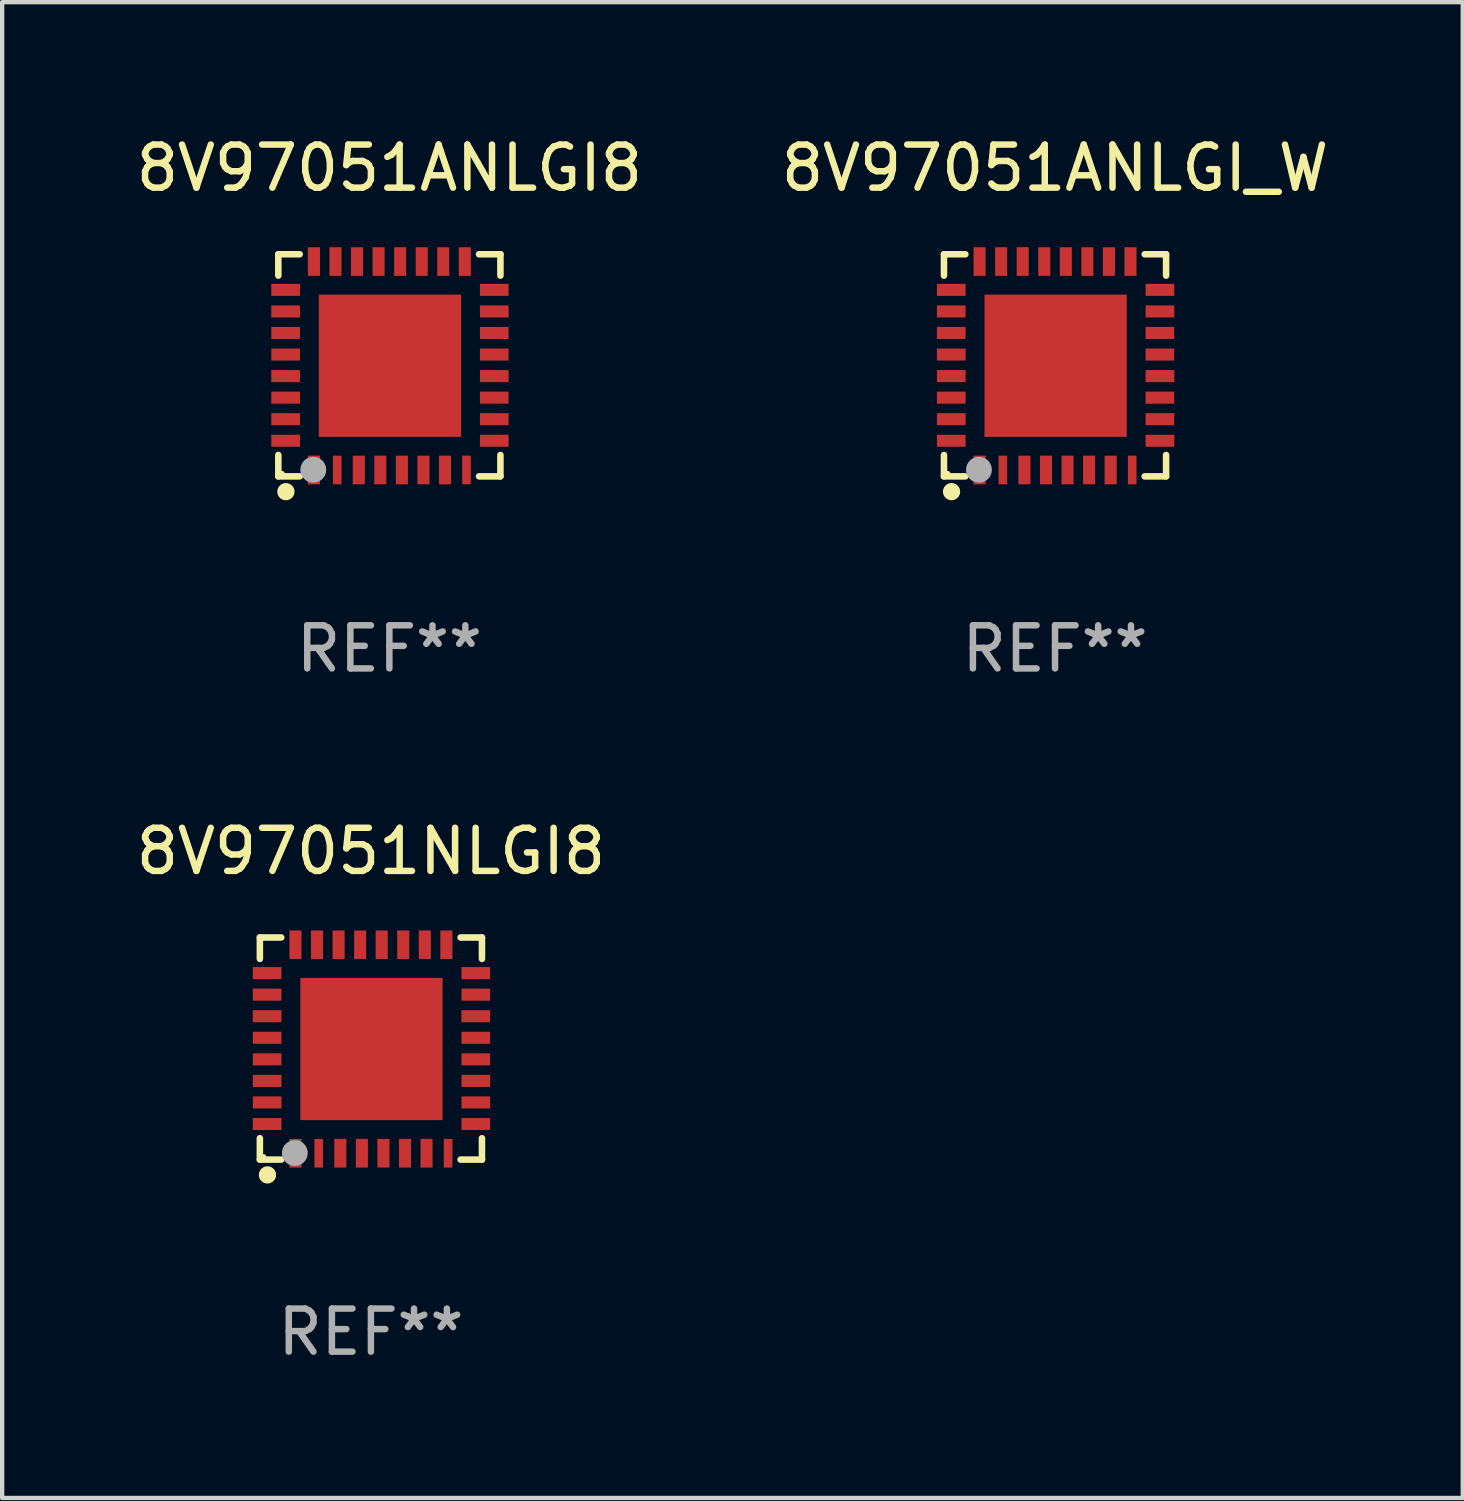
<source format=kicad_pcb>
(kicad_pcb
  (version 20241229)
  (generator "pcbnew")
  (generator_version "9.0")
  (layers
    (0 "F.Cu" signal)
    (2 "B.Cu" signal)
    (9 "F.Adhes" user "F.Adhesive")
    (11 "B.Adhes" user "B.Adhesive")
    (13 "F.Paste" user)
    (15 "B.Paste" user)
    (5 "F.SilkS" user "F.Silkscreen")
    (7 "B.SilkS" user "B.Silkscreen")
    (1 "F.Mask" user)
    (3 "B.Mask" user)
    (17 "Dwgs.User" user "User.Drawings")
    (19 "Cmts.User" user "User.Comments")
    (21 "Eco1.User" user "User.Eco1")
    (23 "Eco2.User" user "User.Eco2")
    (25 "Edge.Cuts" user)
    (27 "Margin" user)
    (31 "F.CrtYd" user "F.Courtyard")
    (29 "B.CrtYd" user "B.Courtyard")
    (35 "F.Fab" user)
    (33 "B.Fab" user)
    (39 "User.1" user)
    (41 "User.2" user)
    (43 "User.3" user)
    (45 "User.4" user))
  (footprint "8V97051ANLGI_W"
    (layer "F.Cu")
    (at 21.423 5.424)
    (property "Reference" "8V97051ANLGI_W" (at 0 -4.576 0) (layer "F.SilkS") (effects (font (size 1 1) (thickness 0.15))))
    (attr through_hole)
    (fp_line (start -2.576 -2.576) (end -2.576 -2.08) (stroke (width 0.152) (type solid)) (layer "F.SilkS"))
    (fp_line (start -2.576 2.576) (end -2.576 2.08) (stroke (width 0.152) (type solid)) (layer "F.SilkS"))
    (fp_line (start -2.08 -2.576) (end -2.576 -2.576) (stroke (width 0.152) (type solid)) (layer "F.SilkS"))
    (fp_line (start -2.08 2.576) (end -2.576 2.576) (stroke (width 0.152) (type solid)) (layer "F.SilkS"))
    (fp_line (start 2.08 -2.576) (end 2.576 -2.576) (stroke (width 0.152) (type solid)) (layer "F.SilkS"))
    (fp_line (start 2.08 2.576) (end 2.576 2.576) (stroke (width 0.152) (type solid)) (layer "F.SilkS"))
    (fp_line (start 2.576 -2.576) (end 2.576 -2.08) (stroke (width 0.152) (type solid)) (layer "F.SilkS"))
    (fp_line (start 2.576 2.576) (end 2.576 2.08) (stroke (width 0.152) (type solid)) (layer "F.SilkS"))
    (fp_circle (center -2.487 2.51) (end -2.457 2.51) (stroke (width 0.06) (type solid)) (fill no) (layer "F.SilkS"))
    (fp_circle (center -2.4 2.931) (end -2.3 2.931) (stroke (width 0.2) (type solid)) (fill no) (layer "F.SilkS"))
    (fp_circle (center -1.765 2.423) (end -1.615 2.423) (stroke (width 0.3) (type solid)) (fill no) (layer "F.Fab"))
    (fp_text user "REF**" (at 0 6.576 0) (layer "F.Fab") (effects (font (size 1 1) (thickness 0.15))))
    (pad "1" smd rect (at -1.75 2.428) (size 0.28 0.665) (layers "F.Cu" "F.Mask" "F.Paste"))
    (pad "2" smd rect (at -1.21 2.428) (size 0.2 0.665) (layers "F.Cu" "F.Mask" "F.Paste"))
    (pad "3" smd rect (at -0.71 2.428) (size 0.28 0.665) (layers "F.Cu" "F.Mask" "F.Paste"))
    (pad "4" smd rect (at -0.21 2.428) (size 0.28 0.665) (layers "F.Cu" "F.Mask" "F.Paste"))
    (pad "5" smd rect (at 0.29 2.428) (size 0.28 0.665) (layers "F.Cu" "F.Mask" "F.Paste"))
    (pad "6" smd rect (at 0.79 2.428) (size 0.28 0.665) (layers "F.Cu" "F.Mask" "F.Paste"))
    (pad "7" smd rect (at 1.29 2.428) (size 0.28 0.665) (layers "F.Cu" "F.Mask" "F.Paste"))
    (pad "8" smd rect (at 1.79 2.428) (size 0.2 0.665) (layers "F.Cu" "F.Mask" "F.Paste"))
    (pad "9" smd rect (at 2.433 1.75) (size 0.665 0.28) (layers "F.Cu" "F.Mask" "F.Paste"))
    (pad "10" smd rect (at 2.433 1.25) (size 0.665 0.28) (layers "F.Cu" "F.Mask" "F.Paste"))
    (pad "11" smd rect (at 2.433 0.75) (size 0.665 0.28) (layers "F.Cu" "F.Mask" "F.Paste"))
    (pad "12" smd rect (at 2.433 0.25) (size 0.665 0.28) (layers "F.Cu" "F.Mask" "F.Paste"))
    (pad "13" smd rect (at 2.433 -0.25) (size 0.665 0.28) (layers "F.Cu" "F.Mask" "F.Paste"))
    (pad "14" smd rect (at 2.433 -0.75) (size 0.665 0.28) (layers "F.Cu" "F.Mask" "F.Paste"))
    (pad "15" smd rect (at 2.433 -1.25) (size 0.665 0.28) (layers "F.Cu" "F.Mask" "F.Paste"))
    (pad "16" smd rect (at 2.433 -1.75) (size 0.665 0.28) (layers "F.Cu" "F.Mask" "F.Paste"))
    (pad "17" smd rect (at 1.75 -2.407) (size 0.28 0.665) (layers "F.Cu" "F.Mask" "F.Paste"))
    (pad "18" smd rect (at 1.25 -2.407) (size 0.28 0.665) (layers "F.Cu" "F.Mask" "F.Paste"))
    (pad "19" smd rect (at 0.75 -2.407) (size 0.28 0.665) (layers "F.Cu" "F.Mask" "F.Paste"))
    (pad "20" smd rect (at 0.25 -2.407) (size 0.28 0.665) (layers "F.Cu" "F.Mask" "F.Paste"))
    (pad "21" smd rect (at -0.25 -2.407) (size 0.28 0.665) (layers "F.Cu" "F.Mask" "F.Paste"))
    (pad "22" smd rect (at -0.75 -2.407) (size 0.28 0.665) (layers "F.Cu" "F.Mask" "F.Paste"))
    (pad "23" smd rect (at -1.25 -2.407) (size 0.28 0.665) (layers "F.Cu" "F.Mask" "F.Paste"))
    (pad "24" smd rect (at -1.75 -2.407) (size 0.28 0.665) (layers "F.Cu" "F.Mask" "F.Paste"))
    (pad "25" smd rect (at -2.407 -1.75) (size 0.665 0.28) (layers "F.Cu" "F.Mask" "F.Paste"))
    (pad "26" smd rect (at -2.407 -1.25) (size 0.665 0.28) (layers "F.Cu" "F.Mask" "F.Paste"))
    (pad "27" smd rect (at -2.407 -0.75) (size 0.665 0.28) (layers "F.Cu" "F.Mask" "F.Paste"))
    (pad "28" smd rect (at -2.407 -0.25) (size 0.665 0.28) (layers "F.Cu" "F.Mask" "F.Paste"))
    (pad "29" smd rect (at -2.407 0.25) (size 0.665 0.28) (layers "F.Cu" "F.Mask" "F.Paste"))
    (pad "30" smd rect (at -2.407 0.75) (size 0.665 0.28) (layers "F.Cu" "F.Mask" "F.Paste"))
    (pad "31" smd rect (at -2.407 1.25) (size 0.665 0.28) (layers "F.Cu" "F.Mask" "F.Paste"))
    (pad "32" smd rect (at -2.407 1.75) (size 0.665 0.28) (layers "F.Cu" "F.Mask" "F.Paste"))
    (pad "33" smd rect (at 0.013 0.01) (size 3.3 3.3) (layers "F.Cu" "F.Mask" "F.Paste")))
  (footprint "8V97051ANLGI8"
    (layer "F.Cu")
    (at 5.982 5.424)
    (property "Reference" "8V97051ANLGI8" (at 0 -4.576 0) (layer "F.SilkS") (effects (font (size 1 1) (thickness 0.15))))
    (attr through_hole)
    (fp_line (start -2.576 -2.576) (end -2.576 -2.08) (stroke (width 0.152) (type solid)) (layer "F.SilkS"))
    (fp_line (start -2.576 2.576) (end -2.576 2.08) (stroke (width 0.152) (type solid)) (layer "F.SilkS"))
    (fp_line (start -2.08 -2.576) (end -2.576 -2.576) (stroke (width 0.152) (type solid)) (layer "F.SilkS"))
    (fp_line (start -2.08 2.576) (end -2.576 2.576) (stroke (width 0.152) (type solid)) (layer "F.SilkS"))
    (fp_line (start 2.08 -2.576) (end 2.576 -2.576) (stroke (width 0.152) (type solid)) (layer "F.SilkS"))
    (fp_line (start 2.08 2.576) (end 2.576 2.576) (stroke (width 0.152) (type solid)) (layer "F.SilkS"))
    (fp_line (start 2.576 -2.576) (end 2.576 -2.08) (stroke (width 0.152) (type solid)) (layer "F.SilkS"))
    (fp_line (start 2.576 2.576) (end 2.576 2.08) (stroke (width 0.152) (type solid)) (layer "F.SilkS"))
    (fp_circle (center -2.487 2.51) (end -2.457 2.51) (stroke (width 0.06) (type solid)) (fill no) (layer "F.SilkS"))
    (fp_circle (center -2.4 2.931) (end -2.3 2.931) (stroke (width 0.2) (type solid)) (fill no) (layer "F.SilkS"))
    (fp_circle (center -1.765 2.423) (end -1.615 2.423) (stroke (width 0.3) (type solid)) (fill no) (layer "F.Fab"))
    (fp_text user "REF**" (at 0 6.576 0) (layer "F.Fab") (effects (font (size 1 1) (thickness 0.15))))
    (pad "1" smd rect (at -1.75 2.428) (size 0.28 0.665) (layers "F.Cu" "F.Mask" "F.Paste"))
    (pad "2" smd rect (at -1.21 2.428) (size 0.2 0.665) (layers "F.Cu" "F.Mask" "F.Paste"))
    (pad "3" smd rect (at -0.71 2.428) (size 0.28 0.665) (layers "F.Cu" "F.Mask" "F.Paste"))
    (pad "4" smd rect (at -0.21 2.428) (size 0.28 0.665) (layers "F.Cu" "F.Mask" "F.Paste"))
    (pad "5" smd rect (at 0.29 2.428) (size 0.28 0.665) (layers "F.Cu" "F.Mask" "F.Paste"))
    (pad "6" smd rect (at 0.79 2.428) (size 0.28 0.665) (layers "F.Cu" "F.Mask" "F.Paste"))
    (pad "7" smd rect (at 1.29 2.428) (size 0.28 0.665) (layers "F.Cu" "F.Mask" "F.Paste"))
    (pad "8" smd rect (at 1.79 2.428) (size 0.2 0.665) (layers "F.Cu" "F.Mask" "F.Paste"))
    (pad "9" smd rect (at 2.433 1.75) (size 0.665 0.28) (layers "F.Cu" "F.Mask" "F.Paste"))
    (pad "10" smd rect (at 2.433 1.25) (size 0.665 0.28) (layers "F.Cu" "F.Mask" "F.Paste"))
    (pad "11" smd rect (at 2.433 0.75) (size 0.665 0.28) (layers "F.Cu" "F.Mask" "F.Paste"))
    (pad "12" smd rect (at 2.433 0.25) (size 0.665 0.28) (layers "F.Cu" "F.Mask" "F.Paste"))
    (pad "13" smd rect (at 2.433 -0.25) (size 0.665 0.28) (layers "F.Cu" "F.Mask" "F.Paste"))
    (pad "14" smd rect (at 2.433 -0.75) (size 0.665 0.28) (layers "F.Cu" "F.Mask" "F.Paste"))
    (pad "15" smd rect (at 2.433 -1.25) (size 0.665 0.28) (layers "F.Cu" "F.Mask" "F.Paste"))
    (pad "16" smd rect (at 2.433 -1.75) (size 0.665 0.28) (layers "F.Cu" "F.Mask" "F.Paste"))
    (pad "17" smd rect (at 1.75 -2.407) (size 0.28 0.665) (layers "F.Cu" "F.Mask" "F.Paste"))
    (pad "18" smd rect (at 1.25 -2.407) (size 0.28 0.665) (layers "F.Cu" "F.Mask" "F.Paste"))
    (pad "19" smd rect (at 0.75 -2.407) (size 0.28 0.665) (layers "F.Cu" "F.Mask" "F.Paste"))
    (pad "20" smd rect (at 0.25 -2.407) (size 0.28 0.665) (layers "F.Cu" "F.Mask" "F.Paste"))
    (pad "21" smd rect (at -0.25 -2.407) (size 0.28 0.665) (layers "F.Cu" "F.Mask" "F.Paste"))
    (pad "22" smd rect (at -0.75 -2.407) (size 0.28 0.665) (layers "F.Cu" "F.Mask" "F.Paste"))
    (pad "23" smd rect (at -1.25 -2.407) (size 0.28 0.665) (layers "F.Cu" "F.Mask" "F.Paste"))
    (pad "24" smd rect (at -1.75 -2.407) (size 0.28 0.665) (layers "F.Cu" "F.Mask" "F.Paste"))
    (pad "25" smd rect (at -2.407 -1.75) (size 0.665 0.28) (layers "F.Cu" "F.Mask" "F.Paste"))
    (pad "26" smd rect (at -2.407 -1.25) (size 0.665 0.28) (layers "F.Cu" "F.Mask" "F.Paste"))
    (pad "27" smd rect (at -2.407 -0.75) (size 0.665 0.28) (layers "F.Cu" "F.Mask" "F.Paste"))
    (pad "28" smd rect (at -2.407 -0.25) (size 0.665 0.28) (layers "F.Cu" "F.Mask" "F.Paste"))
    (pad "29" smd rect (at -2.407 0.25) (size 0.665 0.28) (layers "F.Cu" "F.Mask" "F.Paste"))
    (pad "30" smd rect (at -2.407 0.75) (size 0.665 0.28) (layers "F.Cu" "F.Mask" "F.Paste"))
    (pad "31" smd rect (at -2.407 1.25) (size 0.665 0.28) (layers "F.Cu" "F.Mask" "F.Paste"))
    (pad "32" smd rect (at -2.407 1.75) (size 0.665 0.28) (layers "F.Cu" "F.Mask" "F.Paste"))
    (pad "33" smd rect (at 0.013 0.01) (size 3.3 3.3) (layers "F.Cu" "F.Mask" "F.Paste")))
  (footprint "8V97051NLGI8"
    (layer "F.Cu")
    (at 5.554 21.273)
    (property "Reference" "8V97051NLGI8" (at 0 -4.576 0) (layer "F.SilkS") (effects (font (size 1 1) (thickness 0.15))))
    (attr through_hole)
    (fp_line (start -2.576 -2.576) (end -2.576 -2.08) (stroke (width 0.152) (type solid)) (layer "F.SilkS"))
    (fp_line (start -2.576 2.576) (end -2.576 2.08) (stroke (width 0.152) (type solid)) (layer "F.SilkS"))
    (fp_line (start -2.08 -2.576) (end -2.576 -2.576) (stroke (width 0.152) (type solid)) (layer "F.SilkS"))
    (fp_line (start -2.08 2.576) (end -2.576 2.576) (stroke (width 0.152) (type solid)) (layer "F.SilkS"))
    (fp_line (start 2.08 -2.576) (end 2.576 -2.576) (stroke (width 0.152) (type solid)) (layer "F.SilkS"))
    (fp_line (start 2.08 2.576) (end 2.576 2.576) (stroke (width 0.152) (type solid)) (layer "F.SilkS"))
    (fp_line (start 2.576 -2.576) (end 2.576 -2.08) (stroke (width 0.152) (type solid)) (layer "F.SilkS"))
    (fp_line (start 2.576 2.576) (end 2.576 2.08) (stroke (width 0.152) (type solid)) (layer "F.SilkS"))
    (fp_circle (center -2.487 2.51) (end -2.457 2.51) (stroke (width 0.06) (type solid)) (fill no) (layer "F.SilkS"))
    (fp_circle (center -2.4 2.931) (end -2.3 2.931) (stroke (width 0.2) (type solid)) (fill no) (layer "F.SilkS"))
    (fp_circle (center -1.765 2.423) (end -1.615 2.423) (stroke (width 0.3) (type solid)) (fill no) (layer "F.Fab"))
    (fp_text user "REF**" (at 0 6.576 0) (layer "F.Fab") (effects (font (size 1 1) (thickness 0.15))))
    (pad "1" smd rect (at -1.75 2.428) (size 0.28 0.665) (layers "F.Cu" "F.Mask" "F.Paste"))
    (pad "2" smd rect (at -1.21 2.428) (size 0.2 0.665) (layers "F.Cu" "F.Mask" "F.Paste"))
    (pad "3" smd rect (at -0.71 2.428) (size 0.28 0.665) (layers "F.Cu" "F.Mask" "F.Paste"))
    (pad "4" smd rect (at -0.21 2.428) (size 0.28 0.665) (layers "F.Cu" "F.Mask" "F.Paste"))
    (pad "5" smd rect (at 0.29 2.428) (size 0.28 0.665) (layers "F.Cu" "F.Mask" "F.Paste"))
    (pad "6" smd rect (at 0.79 2.428) (size 0.28 0.665) (layers "F.Cu" "F.Mask" "F.Paste"))
    (pad "7" smd rect (at 1.29 2.428) (size 0.28 0.665) (layers "F.Cu" "F.Mask" "F.Paste"))
    (pad "8" smd rect (at 1.79 2.428) (size 0.2 0.665) (layers "F.Cu" "F.Mask" "F.Paste"))
    (pad "9" smd rect (at 2.433 1.75) (size 0.665 0.28) (layers "F.Cu" "F.Mask" "F.Paste"))
    (pad "10" smd rect (at 2.433 1.25) (size 0.665 0.28) (layers "F.Cu" "F.Mask" "F.Paste"))
    (pad "11" smd rect (at 2.433 0.75) (size 0.665 0.28) (layers "F.Cu" "F.Mask" "F.Paste"))
    (pad "12" smd rect (at 2.433 0.25) (size 0.665 0.28) (layers "F.Cu" "F.Mask" "F.Paste"))
    (pad "13" smd rect (at 2.433 -0.25) (size 0.665 0.28) (layers "F.Cu" "F.Mask" "F.Paste"))
    (pad "14" smd rect (at 2.433 -0.75) (size 0.665 0.28) (layers "F.Cu" "F.Mask" "F.Paste"))
    (pad "15" smd rect (at 2.433 -1.25) (size 0.665 0.28) (layers "F.Cu" "F.Mask" "F.Paste"))
    (pad "16" smd rect (at 2.433 -1.75) (size 0.665 0.28) (layers "F.Cu" "F.Mask" "F.Paste"))
    (pad "17" smd rect (at 1.75 -2.407) (size 0.28 0.665) (layers "F.Cu" "F.Mask" "F.Paste"))
    (pad "18" smd rect (at 1.25 -2.407) (size 0.28 0.665) (layers "F.Cu" "F.Mask" "F.Paste"))
    (pad "19" smd rect (at 0.75 -2.407) (size 0.28 0.665) (layers "F.Cu" "F.Mask" "F.Paste"))
    (pad "20" smd rect (at 0.25 -2.407) (size 0.28 0.665) (layers "F.Cu" "F.Mask" "F.Paste"))
    (pad "21" smd rect (at -0.25 -2.407) (size 0.28 0.665) (layers "F.Cu" "F.Mask" "F.Paste"))
    (pad "22" smd rect (at -0.75 -2.407) (size 0.28 0.665) (layers "F.Cu" "F.Mask" "F.Paste"))
    (pad "23" smd rect (at -1.25 -2.407) (size 0.28 0.665) (layers "F.Cu" "F.Mask" "F.Paste"))
    (pad "24" smd rect (at -1.75 -2.407) (size 0.28 0.665) (layers "F.Cu" "F.Mask" "F.Paste"))
    (pad "25" smd rect (at -2.407 -1.75) (size 0.665 0.28) (layers "F.Cu" "F.Mask" "F.Paste"))
    (pad "26" smd rect (at -2.407 -1.25) (size 0.665 0.28) (layers "F.Cu" "F.Mask" "F.Paste"))
    (pad "27" smd rect (at -2.407 -0.75) (size 0.665 0.28) (layers "F.Cu" "F.Mask" "F.Paste"))
    (pad "28" smd rect (at -2.407 -0.25) (size 0.665 0.28) (layers "F.Cu" "F.Mask" "F.Paste"))
    (pad "29" smd rect (at -2.407 0.25) (size 0.665 0.28) (layers "F.Cu" "F.Mask" "F.Paste"))
    (pad "30" smd rect (at -2.407 0.75) (size 0.665 0.28) (layers "F.Cu" "F.Mask" "F.Paste"))
    (pad "31" smd rect (at -2.407 1.25) (size 0.665 0.28) (layers "F.Cu" "F.Mask" "F.Paste"))
    (pad "32" smd rect (at -2.407 1.75) (size 0.665 0.28) (layers "F.Cu" "F.Mask" "F.Paste"))
    (pad "33" smd rect (at 0.013 0.01) (size 3.3 3.3) (layers "F.Cu" "F.Mask" "F.Paste")))
  (gr_rect
    (start -3 -3)
    (end 30.881 31.698)
    (stroke (width 0.1) (type default))
    (fill no)
    (layer "Edge.Cuts")))
</source>
